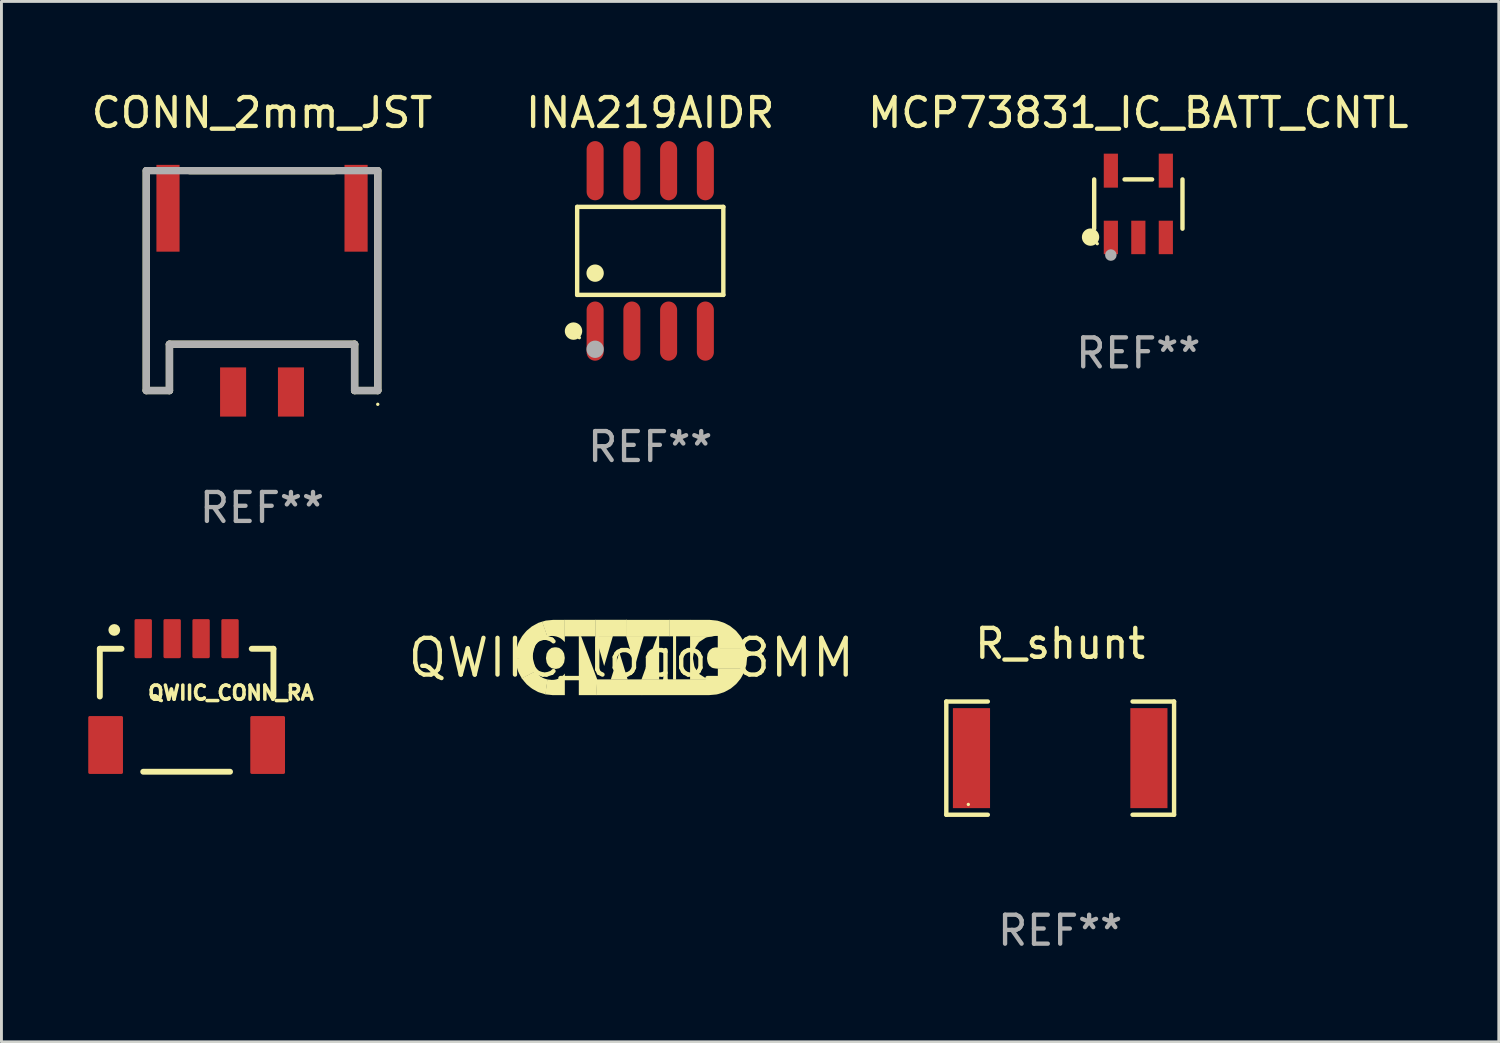
<source format=kicad_pcb>
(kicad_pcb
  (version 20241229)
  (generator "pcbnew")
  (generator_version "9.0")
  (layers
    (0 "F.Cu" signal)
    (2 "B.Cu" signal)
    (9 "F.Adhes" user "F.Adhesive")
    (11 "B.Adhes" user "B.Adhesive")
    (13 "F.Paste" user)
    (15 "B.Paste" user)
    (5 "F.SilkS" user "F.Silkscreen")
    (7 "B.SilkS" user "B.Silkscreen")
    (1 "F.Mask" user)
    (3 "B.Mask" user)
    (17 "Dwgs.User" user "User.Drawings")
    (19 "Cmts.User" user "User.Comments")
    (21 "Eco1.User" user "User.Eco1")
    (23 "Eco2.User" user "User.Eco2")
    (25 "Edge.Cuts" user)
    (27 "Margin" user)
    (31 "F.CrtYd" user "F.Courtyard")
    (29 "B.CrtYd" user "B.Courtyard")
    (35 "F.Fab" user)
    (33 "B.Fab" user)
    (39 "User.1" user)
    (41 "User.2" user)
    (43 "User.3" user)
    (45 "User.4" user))
  (footprint "CONN_2mm_JST"
    (layer "F.Cu")
    (at 6.006 7.323)
    (property "Reference" "CONN_2mm_JST" (at -0.000127 -6.475 0) (layer "F.SilkS") (effects (font (size 1 1) (thickness 0.15))))
    (attr smd)
    (fp_line (start -4 3.125) (end -4 -4.475) (stroke (width 0.254) (type solid)) (layer "F.SilkS"))
    (fp_line (start -3.2 1.525) (end -3.2 3.125) (stroke (width 0.254) (type solid)) (layer "F.SilkS"))
    (fp_line (start -3.2 3.125) (end -4 3.125) (stroke (width 0.254) (type solid)) (layer "F.SilkS"))
    (fp_line (start -2.5 -4.475) (end 2.5 -4.475) (stroke (width 0.254) (type solid)) (layer "F.SilkS"))
    (fp_line (start 3.2 3.125) (end 3.2 1.525) (stroke (width 0.254) (type solid)) (layer "F.SilkS"))
    (fp_line (start 3.201 1.525) (end -3.2 1.525) (stroke (width 0.254) (type solid)) (layer "F.SilkS"))
    (fp_line (start 4 -4.475) (end 4 3.125) (stroke (width 0.254) (type solid)) (layer "F.SilkS"))
    (fp_line (start 4 3.125) (end 3.2 3.125) (stroke (width 0.254) (type solid)) (layer "F.SilkS"))
    (fp_circle (center 4 3.6) (end 4.03 3.6) (stroke (width 0.06) (type solid)) (fill no) (layer "F.SilkS"))
    (fp_line (start -4 -4.475) (end 4 -4.475) (stroke (width 0.254) (type solid)) (layer "F.Fab"))
    (fp_line (start -4 3.125) (end -4 -4.475) (stroke (width 0.254) (type solid)) (layer "F.Fab"))
    (fp_line (start -3.2 1.525) (end -3.2 3.126) (stroke (width 0.254) (type solid)) (layer "F.Fab"))
    (fp_line (start -3.2 3.125) (end -4.001 3.125) (stroke (width 0.254) (type solid)) (layer "F.Fab"))
    (fp_line (start 3.2 3.125) (end 3.2 1.525) (stroke (width 0.254) (type solid)) (layer "F.Fab"))
    (fp_line (start 3.2 1.525) (end -3.2 1.525) (stroke (width 0.254) (type solid)) (layer "F.Fab"))
    (fp_line (start 4 -4.475) (end 4 3.125) (stroke (width 0.254) (type solid)) (layer "F.Fab"))
    (fp_line (start 4 3.125) (end 3.2 3.125) (stroke (width 0.254) (type solid)) (layer "F.Fab"))
    (fp_text user "REF**" (at -0.000127 7.175 0) (layer "F.Fab") (effects (font (size 1 1) (thickness 0.15))))
    (pad "1" smd rect (at 1 3.175) (size 0.9 1.7) (layers "F.Cu" "F.Mask" "F.Paste"))
    (pad "2" smd rect (at -1 3.175) (size 0.9 1.7) (layers "F.Cu" "F.Mask" "F.Paste"))
    (pad "3" smd rect (at -3.25 -3.175) (size 0.8 3) (layers "F.Cu" "F.Mask" "F.Paste"))
    (pad "4" smd rect (at 3.25 -3.175) (size 0.8 3) (layers "F.Cu" "F.Mask" "F.Paste")))
  (footprint "QWIIC_CONN_RA"
    (layer "F.Cu")
    (at 3.4 19.022)
    (property "Reference" "QWIIC_CONN_RA" (at -1.397 2.159 0) (layer "F.SilkS") (effects (font (size 0.488 0.488) (thickness 0.122)) (justify left bottom)))
    (fp_line (start -3 0.35) (end -2.25 0.35) (stroke (width 0.203) (type solid)) (layer "F.SilkS"))
    (fp_line (start -3 2) (end -3 0.35) (stroke (width 0.203) (type solid)) (layer "F.SilkS"))
    (fp_line (start -1.5 4.6) (end 1.5 4.6) (stroke (width 0.203) (type solid)) (layer "F.SilkS"))
    (fp_line (start 2.25 0.35) (end 3 0.35) (stroke (width 0.203) (type solid)) (layer "F.SilkS"))
    (fp_line (start 3 0.35) (end 3 2) (stroke (width 0.203) (type solid)) (layer "F.SilkS"))
    (fp_circle (center -2.5 -0.3) (end -2.398 -0.3) (stroke (width 0.203) (type solid)) (fill no) (layer "F.SilkS"))
    (pad "1" smd roundrect (at -1.5 0) (size 0.6 1.35) (layers "F.Cu" "F.Mask" "F.Paste") (roundrect_rratio 0.085))
    (pad "2" smd roundrect (at -0.5 0) (size 0.6 1.35) (layers "F.Cu" "F.Mask" "F.Paste") (roundrect_rratio 0.085))
    (pad "3" smd roundrect (at 0.5 0) (size 0.6 1.35) (layers "F.Cu" "F.Mask" "F.Paste") (roundrect_rratio 0.085))
    (pad "4" smd roundrect (at 1.5 0) (size 0.6 1.35) (layers "F.Cu" "F.Mask" "F.Paste") (roundrect_rratio 0.085))
    (pad "NC1" smd roundrect (at 2.8 3.675) (size 1.2 2) (layers "F.Cu" "F.Mask" "F.Paste") (roundrect_rratio 0.042))
    (pad "NC2" smd roundrect (at -2.8 3.675) (size 1.2 2) (layers "F.Cu" "F.Mask" "F.Paste") (roundrect_rratio 0.042)))
  (footprint "R_shunt"
    (layer "F.Cu")
    (at 33.591 23.152)
    (property "Reference" "R_shunt" (at 0 -3.957 0) (layer "F.SilkS") (effects (font (size 1 1) (thickness 0.15))))
    (attr smd)
    (fp_line (start -3.936 -1.957) (end -2.501 -1.957) (stroke (width 0.152) (type solid)) (layer "F.SilkS"))
    (fp_line (start -3.936 1.957) (end -3.936 -1.957) (stroke (width 0.152) (type solid)) (layer "F.SilkS"))
    (fp_line (start -2.501 1.957) (end -3.936 1.957) (stroke (width 0.152) (type solid)) (layer "F.SilkS"))
    (fp_line (start 2.501 1.957) (end 3.936 1.957) (stroke (width 0.152) (type solid)) (layer "F.SilkS"))
    (fp_line (start 3.936 -1.957) (end 2.501 -1.957) (stroke (width 0.152) (type solid)) (layer "F.SilkS"))
    (fp_line (start 3.936 1.957) (end 3.936 -1.957) (stroke (width 0.152) (type solid)) (layer "F.SilkS"))
    (fp_circle (center -3.175 1.6) (end -3.145 1.6) (stroke (width 0.06) (type solid)) (fill no) (layer "F.SilkS"))
    (fp_text user "REF**" (at 0 5.957 0) (layer "F.Fab") (effects (font (size 1 1) (thickness 0.15))))
    (pad "1" smd rect (at -3.066 0) (size 1.283 3.456) (layers "F.Cu" "F.Mask" "F.Paste"))
    (pad "2" smd rect (at 3.066 0) (size 1.283 3.456) (layers "F.Cu" "F.Mask" "F.Paste")))
  (footprint "QWIIC_logo_8MM"
    (layer "F.Cu")
    (at 18.77 19.684)
    (property "Reference" "QWIIC_logo_8MM" (at 0 0 0) (layer "F.SilkS") (effects (font (size 1.27 1.27) (thickness 0.15))))
    (fp_poly (pts (xy 0.121 0.286) (xy -0.179 -0.75) (xy 0.429 -0.75)) (stroke (width 0) (type default)) (fill yes) (layer "F.SilkS"))
    (fp_poly (pts (xy -1.231 -0.741) (xy -2.309 -0.741) (xy -2.309 -1.312) (xy -1.231 -1.312)) (stroke (width 0) (type default)) (fill yes) (layer "F.SilkS"))
    (fp_poly (pts (xy -0.939 0.284) (xy -1.144 -0.424) (xy -1.239 -0.751) (xy -0.637 -0.751)) (stroke (width 0) (type default)) (fill yes) (layer "F.SilkS"))
    (fp_poly (pts (xy -0.407 -0.169) (xy -0.127 0.754) (xy -0.712 0.754) (xy -0.417 -0.179)) (stroke (width 0) (type default)) (fill yes) (layer "F.SilkS"))
    (fp_poly (pts (xy 1.546 0.755) (xy 1.441 0.755) (xy 1.441 -0.752) (xy 1.546 -0.752)) (stroke (width 0) (type default)) (fill yes) (layer "F.SilkS"))
    (fp_poly (pts (xy 2.037 -0.742) (xy 1.315 -0.742) (xy 1.314 -1.311) (xy 2.036 -1.311)) (stroke (width 0) (type default)) (fill yes) (layer "F.SilkS"))
    (fp_poly (pts (xy -0.172 -1.311) (xy 1.325 -1.311) (xy 1.325 -0.741) (xy -0.183 -0.741) (xy -0.183 -1.338)) (stroke (width 0) (type default)) (fill yes) (layer "F.SilkS"))
    (fp_poly (pts (xy 0.371 1.291) (xy -1.218 1.291) (xy -1.19 0.75) (xy -1.186 0.746) (xy 0.371 0.746)) (stroke (width 0) (type default)) (fill yes) (layer "F.SilkS"))
    (fp_poly (pts (xy 0.961 -0.751) (xy 0.961 0.757) (xy 0.347 0.757) (xy 0.894 -0.748) (xy 0.897 -0.752)) (stroke (width 0) (type default)) (fill yes) (layer "F.SilkS"))
    (fp_poly (pts (xy -0.168 -0.742) (xy -1.24 -0.742) (xy -1.24 -1.3) (xy -1.244 -1.3) (xy -1.244 -1.312) (xy -0.173 -1.312)) (stroke (width 0) (type default)) (fill yes) (layer "F.SilkS"))
    (fp_poly (pts (xy -2.746 0.765) (xy -2.705 0.763) (xy -2.705 0.776) (xy -2.706 0.776) (xy -2.706 1.291) (xy -2.973 1.263) (xy -2.905 0.748)) (stroke (width 0) (type default)) (fill yes) (layer "F.SilkS"))
    (fp_poly (pts (xy -1.179 0.75) (xy -1.208 1.29) (xy -1.816 1.29) (xy -1.816 0.74) (xy -1.815 0.467) (xy -1.816 0.111) (xy -1.816 -0.749) (xy -1.737 -0.749)) (stroke (width 0) (type default)) (fill yes) (layer "F.SilkS"))
    (fp_poly (pts (xy 2.996 -0.315) (xy 3.963 -0.316) (xy 3.974 -0.279) (xy 4.002 -0.02) (xy 3.977 0.24) (xy 3.937 0.377) (xy 2.987 0.378) (xy 2.987 -0.32)) (stroke (width 0) (type default)) (fill yes) (layer "F.SilkS"))
    (fp_poly (pts (xy 2.806 -0.741) (xy 2.613 -0.708) (xy 2.562 -0.689) (xy 2.343 -0.547) (xy 2.222 -0.367) (xy 2.03 -0.367) (xy 2.03 -0.747) (xy 2.035 -0.752) (xy 2.805 -0.752)) (stroke (width 0) (type default)) (fill yes) (layer "F.SilkS"))
    (fp_poly (pts (xy 2.942 -1.287) (xy 2.995 -1.276) (xy 2.996 -0.756) (xy 2.92 -0.756) (xy 2.867 -0.752) (xy 2.804 -0.741) (xy 2.027 -0.741) (xy 2.027 -1.311) (xy 2.706 -1.311)) (stroke (width 0) (type default)) (fill yes) (layer "F.SilkS"))
    (fp_poly (pts (xy -3.426 0.164) (xy -3.388 0.313) (xy -3.312 0.469) (xy -3.786 0.715) (xy -3.812 0.666) (xy -3.842 0.612) (xy -3.883 0.537) (xy -3.91 0.478) (xy -3.911 0.475) (xy -3.973 0.277) (xy -3.983 0.221) (xy -4.005 0.011) (xy -3.438 -0.001)) (stroke (width 0) (type default)) (fill yes) (layer "F.SilkS"))
    (fp_poly (pts (xy 2.047 0.745) (xy 2.783 0.745) (xy 2.849 0.756) (xy 2.883 0.761) (xy 2.914 0.762) (xy 3 0.762) (xy 3 1.253) (xy 2.94 1.268) (xy 2.687 1.29) (xy 0.362 1.29) (xy 0.362 0.751) (xy 0.362 0.744) (xy 1.587 0.744)) (stroke (width 0) (type default)) (fill yes) (layer "F.SilkS"))
    (fp_poly (pts (xy 2.997 -1.275) (xy 3.18 -1.218) (xy 3.236 -1.194) (xy 3.42 -1.093) (xy 3.615 -0.935) (xy 3.693 -0.842) (xy 3.782 -0.732) (xy 3.822 -0.661) (xy 3.871 -0.571) (xy 3.907 -0.494) (xy 3.966 -0.306) (xy 2.986 -0.305) (xy 2.987 -0.745) (xy 2.987 -1.285)) (stroke (width 0) (type default)) (fill yes) (layer "F.SilkS"))
    (fp_poly (pts (xy 2.228 -0.377) (xy 2.201 -0.331) (xy 2.178 -0.283) (xy 2.133 -0.025) (xy 2.13 0.026) (xy 2.176 0.284) (xy 2.194 0.337) (xy 2.337 0.556) (xy 2.561 0.697) (xy 2.61 0.715) (xy 2.799 0.747) (xy 2.798 0.758) (xy 2.03 0.758) (xy 2.03 -0.378) (xy 2.037 -0.378)) (stroke (width 0) (type default)) (fill yes) (layer "F.SilkS"))
    (fp_poly (pts (xy 3.9 0.497) (xy 3.827 0.631) (xy 3.799 0.683) (xy 3.77 0.73) (xy 3.727 0.782) (xy 3.639 0.889) (xy 3.604 0.923) (xy 3.566 0.955) (xy 3.436 1.063) (xy 3.244 1.169) (xy 3.196 1.192) (xy 2.989 1.257) (xy 2.989 0.371) (xy 2.993 0.367) (xy 3.94 0.367)) (stroke (width 0) (type default)) (fill yes) (layer "F.SilkS"))
    (fp_poly (pts (xy 2.994 -0.356) (xy 2.997 -0.349) (xy 2.996 0.374) (xy 2.939 0.373) (xy 2.894 0.368) (xy 2.834 0.357) (xy 2.783 0.341) (xy 2.696 0.272) (xy 2.649 0.185) (xy 2.631 0.128) (xy 2.614 0.017) (xy 2.633 -0.135) (xy 2.68 -0.228) (xy 2.716 -0.274) (xy 2.801 -0.336) (xy 2.903 -0.359)) (stroke (width 0) (type default)) (fill yes) (layer "F.SilkS"))
    (fp_poly (pts (xy -2.3 -0.543) (xy -2.348 -0.59) (xy -2.378 -0.619) (xy -2.417 -0.65) (xy -2.449 -0.675) (xy -2.492 -0.698) (xy -2.542 -0.719) (xy -2.586 -0.734) (xy -2.608 -0.739) (xy -2.645 -0.746) (xy -2.698 -0.753) (xy -2.746 -0.756) (xy -2.906 -0.742) (xy -2.912 -0.748) (xy -3.087 -1.247) (xy -2.958 -1.286) (xy -2.7 -1.311) (xy -2.3 -1.311)) (stroke (width 0) (type default)) (fill yes) (layer "F.SilkS"))
    (fp_poly (pts (xy -2.299 1.29) (xy -2.715 1.29) (xy -2.715 0.764) (xy -2.685 0.763) (xy -2.66 0.759) (xy -2.615 0.751) (xy -2.582 0.743) (xy -2.549 0.732) (xy -2.514 0.719) (xy -2.489 0.708) (xy -2.451 0.688) (xy -2.43 0.673) (xy -2.408 0.657) (xy -2.386 0.637) (xy -2.354 0.607) (xy -2.331 0.582) (xy -2.318 0.567) (xy -2.299 0.543)) (stroke (width 0) (type default)) (fill yes) (layer "F.SilkS"))
    (fp_poly (pts (xy -3.257 0.542) (xy -3.205 0.593) (xy -3.141 0.647) (xy -3.104 0.668) (xy -3.053 0.697) (xy -2.996 0.719) (xy -2.938 0.737) (xy -2.902 0.748) (xy -2.897 0.753) (xy -2.964 1.265) (xy -3.14 1.21) (xy -3.174 1.2) (xy -3.227 1.181) (xy -3.408 1.081) (xy -3.451 1.052) (xy -3.484 1.027) (xy -3.575 0.951) (xy -3.618 0.915) (xy -3.694 0.826) (xy -3.764 0.74) (xy -3.792 0.706) (xy -3.315 0.462)) (stroke (width 0) (type default)) (fill yes) (layer "F.SilkS"))
    (fp_poly (pts (xy -2.497 -0.342) (xy -2.413 -0.282) (xy -2.378 -0.243) (xy -2.325 -0.149) (xy -2.3 0.005) (xy -2.323 0.162) (xy -2.375 0.256) (xy -2.409 0.297) (xy -2.493 0.361) (xy -2.594 0.382) (xy -2.651 0.382) (xy -2.755 0.359) (xy -2.837 0.302) (xy -2.875 0.26) (xy -2.926 0.167) (xy -2.952 0.014) (xy -2.929 -0.142) (xy -2.878 -0.236) (xy -2.844 -0.277) (xy -2.762 -0.339) (xy -2.762 -0.342) (xy -2.657 -0.361) (xy -2.602 -0.363)) (stroke (width 0) (type default)) (fill yes) (layer "F.SilkS"))
    (fp_poly (pts (xy -2.901 -0.744) (xy -3.009 -0.712) (xy -3.068 -0.685) (xy -3.148 -0.64) (xy -3.191 -0.604) (xy -3.263 -0.536) (xy -3.327 -0.446) (xy -3.391 -0.307) (xy -3.427 -0.153) (xy -3.437 0.011) (xy -4.005 0.022) (xy -4.005 0.015) (xy -4.003 -0.049) (xy -3.996 -0.115) (xy -3.982 -0.244) (xy -3.964 -0.322) (xy -3.922 -0.457) (xy -3.903 -0.515) (xy -3.85 -0.616) (xy -3.794 -0.715) (xy -3.771 -0.753) (xy -3.719 -0.817) (xy -3.652 -0.897) (xy -3.608 -0.944) (xy -3.522 -1.015) (xy -3.442 -1.082) (xy -3.35 -1.134) (xy -3.217 -1.207) (xy -3.079 -1.251)) (stroke (width 0) (type default)) (fill yes) (layer "F.SilkS")))
  (footprint "MCP73831_IC_BATT_CNTL"
    (layer "F.Cu")
    (at 36.292 4.002)
    (property "Reference" "MCP73831_IC_BATT_CNTL" (at 0 -3.154 0) (layer "F.SilkS") (effects (font (size 1 1) (thickness 0.15))))
    (attr smd)
    (fp_line (start -1.526 0.851) (end -1.526 -0.851) (stroke (width 0.152) (type solid)) (layer "F.SilkS"))
    (fp_line (start 0.476 -0.851) (end -0.476 -0.851) (stroke (width 0.152) (type solid)) (layer "F.SilkS"))
    (fp_line (start 1.526 0.851) (end 1.526 -0.851) (stroke (width 0.152) (type solid)) (layer "F.SilkS"))
    (fp_circle (center -1.651 1.143) (end -1.501 1.143) (stroke (width 0.3) (type solid)) (fill no) (layer "F.SilkS"))
    (fp_circle (center -1.42 1.37) (end -1.39 1.37) (stroke (width 0.06) (type solid)) (fill no) (layer "F.SilkS"))
    (fp_circle (center -0.95 1.763) (end -0.85 1.763) (stroke (width 0.2) (type solid)) (fill no) (layer "F.Fab"))
    (fp_text user "REF**" (at 0 5.154 0) (layer "F.Fab") (effects (font (size 1 1) (thickness 0.15))))
    (pad "1" smd rect (at -0.95 1.154) (size 0.49 1.157) (layers "F.Cu" "F.Mask" "F.Paste"))
    (pad "2" smd rect (at 0 1.154) (size 0.49 1.157) (layers "F.Cu" "F.Mask" "F.Paste"))
    (pad "3" smd rect (at 0.95 1.154) (size 0.49 1.157) (layers "F.Cu" "F.Mask" "F.Paste"))
    (pad "4" smd rect (at 0.95 -1.154) (size 0.49 1.175) (layers "F.Cu" "F.Mask" "F.Paste"))
    (pad "5" smd rect (at -0.95 -1.154) (size 0.49 1.175) (layers "F.Cu" "F.Mask" "F.Paste")))
  (footprint "INA219AIDR"
    (layer "F.Cu")
    (at 19.423 5.621)
    (property "Reference" "INA219AIDR" (at 0 -4.772 0) (layer "F.SilkS") (effects (font (size 1 1) (thickness 0.15))))
    (attr smd)
    (fp_line (start -2.526 -1.521) (end 2.526 -1.521) (stroke (width 0.152) (type solid)) (layer "F.SilkS"))
    (fp_line (start -2.526 1.521) (end -2.526 -1.521) (stroke (width 0.152) (type solid)) (layer "F.SilkS"))
    (fp_line (start 2.526 -1.521) (end 2.526 1.521) (stroke (width 0.152) (type solid)) (layer "F.SilkS"))
    (fp_line (start 2.526 1.521) (end -2.526 1.521) (stroke (width 0.152) (type solid)) (layer "F.SilkS"))
    (fp_circle (center -2.652 2.772) (end -2.501 2.772) (stroke (width 0.3) (type solid)) (fill no) (layer "F.SilkS"))
    (fp_circle (center -2.45 3) (end -2.42 3) (stroke (width 0.06) (type solid)) (fill no) (layer "F.SilkS"))
    (fp_circle (center -1.905 0.769) (end -1.755 0.769) (stroke (width 0.3) (type solid)) (fill no) (layer "F.SilkS"))
    (fp_circle (center -1.905 3.4) (end -1.755 3.4) (stroke (width 0.3) (type solid)) (fill no) (layer "F.Fab"))
    (fp_text user "REF**" (at 0 6.772 0) (layer "F.Fab") (effects (font (size 1 1) (thickness 0.15))))
    (pad "1" smd oval (at -1.905 2.772) (size 0.588 2.045) (layers "F.Cu" "F.Mask" "F.Paste"))
    (pad "2" smd oval (at -0.635 2.772) (size 0.588 2.045) (layers "F.Cu" "F.Mask" "F.Paste"))
    (pad "3" smd oval (at 0.635 2.772) (size 0.588 2.045) (layers "F.Cu" "F.Mask" "F.Paste"))
    (pad "4" smd oval (at 1.905 2.772) (size 0.588 2.045) (layers "F.Cu" "F.Mask" "F.Paste"))
    (pad "5" smd oval (at 1.905 -2.772) (size 0.588 2.045) (layers "F.Cu" "F.Mask" "F.Paste"))
    (pad "6" smd oval (at 0.635 -2.772) (size 0.588 2.045) (layers "F.Cu" "F.Mask" "F.Paste"))
    (pad "7" smd oval (at -0.635 -2.772) (size 0.588 2.045) (layers "F.Cu" "F.Mask" "F.Paste"))
    (pad "8" smd oval (at -1.905 -2.772) (size 0.588 2.045) (layers "F.Cu" "F.Mask" "F.Paste")))
  (gr_rect
    (start -3 -3)
    (end 48.75 32.956)
    (stroke (width 0.1) (type default))
    (fill no)
    (layer "Edge.Cuts")))
</source>
